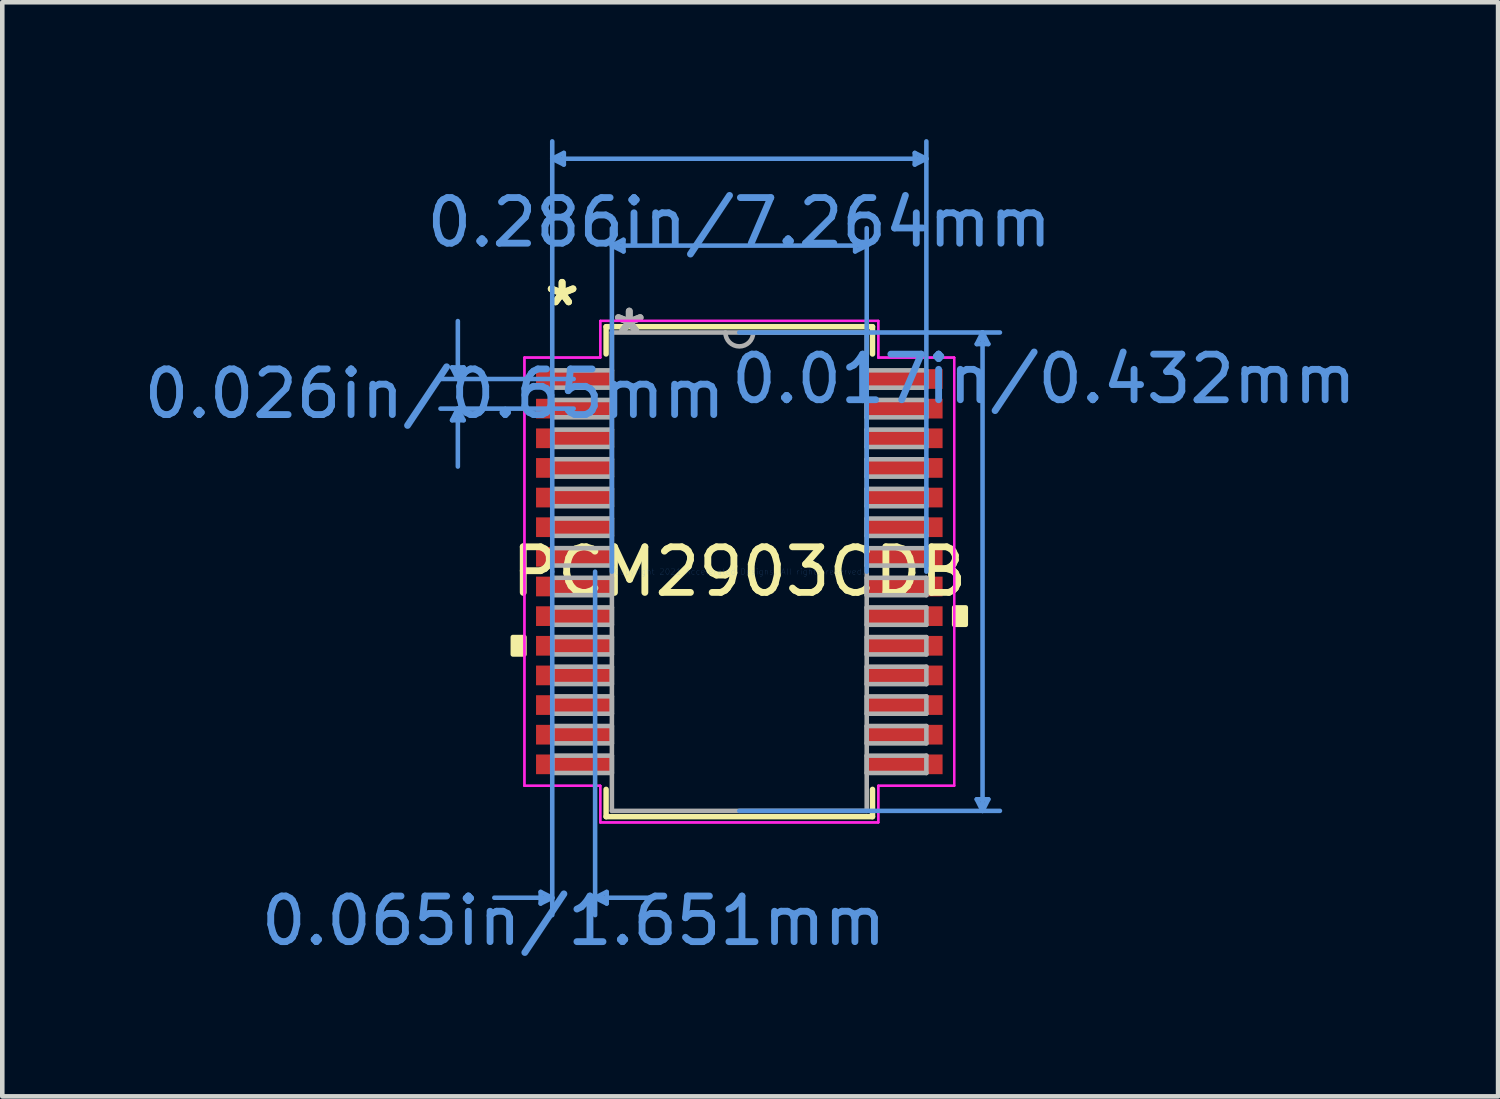
<source format=kicad_pcb>
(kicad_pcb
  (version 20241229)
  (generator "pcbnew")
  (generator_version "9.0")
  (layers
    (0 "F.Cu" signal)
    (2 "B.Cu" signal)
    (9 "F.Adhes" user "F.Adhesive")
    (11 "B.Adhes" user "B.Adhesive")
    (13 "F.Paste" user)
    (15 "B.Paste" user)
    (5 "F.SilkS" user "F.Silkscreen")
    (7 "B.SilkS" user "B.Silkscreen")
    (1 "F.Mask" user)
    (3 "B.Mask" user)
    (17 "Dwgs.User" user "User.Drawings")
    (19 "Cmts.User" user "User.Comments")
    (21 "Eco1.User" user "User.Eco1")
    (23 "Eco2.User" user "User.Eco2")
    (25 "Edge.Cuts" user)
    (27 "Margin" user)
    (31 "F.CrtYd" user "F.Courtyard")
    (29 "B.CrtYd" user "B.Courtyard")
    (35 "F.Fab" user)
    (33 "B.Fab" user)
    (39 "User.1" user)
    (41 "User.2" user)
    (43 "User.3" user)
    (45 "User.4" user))
  (footprint "PCM2903CDB"
    (layer "F.Cu")
    (at 13.162 9.486)
    (property "Reference" "PCM2903CDB" (at 0 0 0) (layer "F.SilkS") (effects (font (size 1 1) (thickness 0.15))))
    (attr through_hole)
    (fp_line (start -2.921 -5.372) (end -2.921 -4.774) (stroke (width 0.12) (type solid)) (layer "F.SilkS"))
    (fp_line (start -2.921 4.774) (end -2.921 5.372) (stroke (width 0.12) (type solid)) (layer "F.SilkS"))
    (fp_line (start -2.921 5.372) (end 2.921 5.372) (stroke (width 0.12) (type solid)) (layer "F.SilkS"))
    (fp_line (start 2.921 -5.372) (end -2.921 -5.372) (stroke (width 0.12) (type solid)) (layer "F.SilkS"))
    (fp_line (start 2.921 -4.774) (end 2.921 -5.372) (stroke (width 0.12) (type solid)) (layer "F.SilkS"))
    (fp_line (start 2.921 5.372) (end 2.921 4.774) (stroke (width 0.12) (type solid)) (layer "F.SilkS"))
    (fp_poly (pts (xy -4.966 1.434) (xy -4.966 1.815) (xy -4.712 1.815) (xy -4.712 1.434)) (stroke (width 0.1) (type solid)) (fill yes) (layer "F.SilkS"))
    (fp_poly (pts (xy 4.966 0.784) (xy 4.966 1.165) (xy 4.712 1.165) (xy 4.712 0.784)) (stroke (width 0.1) (type solid)) (fill yes) (layer "F.SilkS"))
    (fp_line (start -6.299 -4.479) (end -6.045 -4.479) (stroke (width 0.1) (type solid)) (layer "Cmts.User"))
    (fp_line (start -6.299 -3.321) (end -6.045 -3.321) (stroke (width 0.1) (type solid)) (layer "Cmts.User"))
    (fp_line (start -6.172 -4.225) (end -6.299 -4.479) (stroke (width 0.1) (type solid)) (layer "Cmts.User"))
    (fp_line (start -6.172 -4.225) (end -6.172 -5.495) (stroke (width 0.1) (type solid)) (layer "Cmts.User"))
    (fp_line (start -6.172 -4.225) (end -6.045 -4.479) (stroke (width 0.1) (type solid)) (layer "Cmts.User"))
    (fp_line (start -6.172 -3.575) (end -6.299 -3.321) (stroke (width 0.1) (type solid)) (layer "Cmts.User"))
    (fp_line (start -6.172 -3.575) (end -6.172 -2.305) (stroke (width 0.1) (type solid)) (layer "Cmts.User"))
    (fp_line (start -6.172 -3.575) (end -6.045 -3.321) (stroke (width 0.1) (type solid)) (layer "Cmts.User"))
    (fp_line (start -4.356 7.023) (end -4.356 7.277) (stroke (width 0.1) (type solid)) (layer "Cmts.User"))
    (fp_line (start -4.102 -9.055) (end -3.848 -9.182) (stroke (width 0.1) (type solid)) (layer "Cmts.User"))
    (fp_line (start -4.102 -9.055) (end -3.848 -8.928) (stroke (width 0.1) (type solid)) (layer "Cmts.User"))
    (fp_line (start -4.102 -9.055) (end 4.102 -9.055) (stroke (width 0.1) (type solid)) (layer "Cmts.User"))
    (fp_line (start -4.102 0) (end -4.102 -9.436) (stroke (width 0.1) (type solid)) (layer "Cmts.User"))
    (fp_line (start -4.102 0) (end -4.102 7.531) (stroke (width 0.1) (type solid)) (layer "Cmts.User"))
    (fp_line (start -4.102 7.15) (end -5.372 7.15) (stroke (width 0.1) (type solid)) (layer "Cmts.User"))
    (fp_line (start -4.102 7.15) (end -4.356 7.023) (stroke (width 0.1) (type solid)) (layer "Cmts.User"))
    (fp_line (start -4.102 7.15) (end -4.356 7.277) (stroke (width 0.1) (type solid)) (layer "Cmts.User"))
    (fp_line (start -3.848 -9.182) (end -3.848 -8.928) (stroke (width 0.1) (type solid)) (layer "Cmts.User"))
    (fp_line (start -3.632 -4.225) (end -6.553 -4.225) (stroke (width 0.1) (type solid)) (layer "Cmts.User"))
    (fp_line (start -3.632 -3.575) (end -6.553 -3.575) (stroke (width 0.1) (type solid)) (layer "Cmts.User"))
    (fp_line (start -3.162 0) (end -3.162 7.531) (stroke (width 0.1) (type solid)) (layer "Cmts.User"))
    (fp_line (start -3.162 7.15) (end -2.908 7.023) (stroke (width 0.1) (type solid)) (layer "Cmts.User"))
    (fp_line (start -3.162 7.15) (end -2.908 7.277) (stroke (width 0.1) (type solid)) (layer "Cmts.User"))
    (fp_line (start -3.162 7.15) (end -1.892 7.15) (stroke (width 0.1) (type solid)) (layer "Cmts.User"))
    (fp_line (start -2.908 7.023) (end -2.908 7.277) (stroke (width 0.1) (type solid)) (layer "Cmts.User"))
    (fp_line (start -2.794 -7.15) (end -2.54 -7.277) (stroke (width 0.1) (type solid)) (layer "Cmts.User"))
    (fp_line (start -2.794 -7.15) (end -2.54 -7.023) (stroke (width 0.1) (type solid)) (layer "Cmts.User"))
    (fp_line (start -2.794 -7.15) (end 2.794 -7.15) (stroke (width 0.1) (type solid)) (layer "Cmts.User"))
    (fp_line (start -2.794 0) (end -2.794 -7.531) (stroke (width 0.1) (type solid)) (layer "Cmts.User"))
    (fp_line (start -2.54 -7.277) (end -2.54 -7.023) (stroke (width 0.1) (type solid)) (layer "Cmts.User"))
    (fp_line (start 0 -5.245) (end 5.715 -5.245) (stroke (width 0.1) (type solid)) (layer "Cmts.User"))
    (fp_line (start 0 5.245) (end 5.715 5.245) (stroke (width 0.1) (type solid)) (layer "Cmts.User"))
    (fp_line (start 2.54 -7.277) (end 2.54 -7.023) (stroke (width 0.1) (type solid)) (layer "Cmts.User"))
    (fp_line (start 2.794 -7.15) (end 2.54 -7.277) (stroke (width 0.1) (type solid)) (layer "Cmts.User"))
    (fp_line (start 2.794 -7.15) (end 2.54 -7.023) (stroke (width 0.1) (type solid)) (layer "Cmts.User"))
    (fp_line (start 2.794 0) (end 2.794 -7.531) (stroke (width 0.1) (type solid)) (layer "Cmts.User"))
    (fp_line (start 3.848 -9.182) (end 3.848 -8.928) (stroke (width 0.1) (type solid)) (layer "Cmts.User"))
    (fp_line (start 4.102 -9.055) (end 3.848 -9.182) (stroke (width 0.1) (type solid)) (layer "Cmts.User"))
    (fp_line (start 4.102 -9.055) (end 3.848 -8.928) (stroke (width 0.1) (type solid)) (layer "Cmts.User"))
    (fp_line (start 4.102 0) (end 4.102 -9.436) (stroke (width 0.1) (type solid)) (layer "Cmts.User"))
    (fp_line (start 5.207 -4.991) (end 5.461 -4.991) (stroke (width 0.1) (type solid)) (layer "Cmts.User"))
    (fp_line (start 5.207 4.991) (end 5.461 4.991) (stroke (width 0.1) (type solid)) (layer "Cmts.User"))
    (fp_line (start 5.334 -5.245) (end 5.207 -4.991) (stroke (width 0.1) (type solid)) (layer "Cmts.User"))
    (fp_line (start 5.334 -5.245) (end 5.334 5.245) (stroke (width 0.1) (type solid)) (layer "Cmts.User"))
    (fp_line (start 5.334 -5.245) (end 5.461 -4.991) (stroke (width 0.1) (type solid)) (layer "Cmts.User"))
    (fp_line (start 5.334 5.245) (end 5.207 4.991) (stroke (width 0.1) (type solid)) (layer "Cmts.User"))
    (fp_line (start 5.334 5.245) (end 5.461 4.991) (stroke (width 0.1) (type solid)) (layer "Cmts.User"))
    (fp_line (start -4.712 -4.695) (end -3.048 -4.695) (stroke (width 0.05) (type solid)) (layer "F.CrtYd"))
    (fp_line (start -4.712 -4.695) (end -3.048 -4.695) (stroke (width 0.05) (type solid)) (layer "F.CrtYd"))
    (fp_line (start -4.712 4.695) (end -4.712 -4.695) (stroke (width 0.05) (type solid)) (layer "F.CrtYd"))
    (fp_line (start -4.712 4.695) (end -4.712 -4.695) (stroke (width 0.05) (type solid)) (layer "F.CrtYd"))
    (fp_line (start -4.712 4.695) (end -3.048 4.695) (stroke (width 0.05) (type solid)) (layer "F.CrtYd"))
    (fp_line (start -3.048 -5.499) (end 3.048 -5.499) (stroke (width 0.05) (type solid)) (layer "F.CrtYd"))
    (fp_line (start -3.048 -5.499) (end 3.048 -5.499) (stroke (width 0.05) (type solid)) (layer "F.CrtYd"))
    (fp_line (start -3.048 -4.695) (end -3.048 -5.499) (stroke (width 0.05) (type solid)) (layer "F.CrtYd"))
    (fp_line (start -3.048 -4.695) (end -3.048 -5.499) (stroke (width 0.05) (type solid)) (layer "F.CrtYd"))
    (fp_line (start -3.048 4.695) (end -4.712 4.695) (stroke (width 0.05) (type solid)) (layer "F.CrtYd"))
    (fp_line (start -3.048 5.499) (end -3.048 4.695) (stroke (width 0.05) (type solid)) (layer "F.CrtYd"))
    (fp_line (start -3.048 5.499) (end -3.048 4.695) (stroke (width 0.05) (type solid)) (layer "F.CrtYd"))
    (fp_line (start 3.048 -5.499) (end 3.048 -4.695) (stroke (width 0.05) (type solid)) (layer "F.CrtYd"))
    (fp_line (start 3.048 -5.499) (end 3.048 -4.695) (stroke (width 0.05) (type solid)) (layer "F.CrtYd"))
    (fp_line (start 3.048 -4.695) (end 4.712 -4.695) (stroke (width 0.05) (type solid)) (layer "F.CrtYd"))
    (fp_line (start 3.048 4.695) (end 3.048 5.499) (stroke (width 0.05) (type solid)) (layer "F.CrtYd"))
    (fp_line (start 3.048 4.695) (end 3.048 5.499) (stroke (width 0.05) (type solid)) (layer "F.CrtYd"))
    (fp_line (start 3.048 5.499) (end -3.048 5.499) (stroke (width 0.05) (type solid)) (layer "F.CrtYd"))
    (fp_line (start 3.048 5.499) (end -3.048 5.499) (stroke (width 0.05) (type solid)) (layer "F.CrtYd"))
    (fp_line (start 4.712 -4.695) (end 3.048 -4.695) (stroke (width 0.05) (type solid)) (layer "F.CrtYd"))
    (fp_line (start 4.712 -4.695) (end 4.712 4.695) (stroke (width 0.05) (type solid)) (layer "F.CrtYd"))
    (fp_line (start 4.712 -4.695) (end 4.712 4.695) (stroke (width 0.05) (type solid)) (layer "F.CrtYd"))
    (fp_line (start 4.712 4.695) (end 3.048 4.695) (stroke (width 0.05) (type solid)) (layer "F.CrtYd"))
    (fp_line (start 4.712 4.695) (end 3.048 4.695) (stroke (width 0.05) (type solid)) (layer "F.CrtYd"))
    (fp_line (start -4.102 -4.415) (end -4.102 -4.035) (stroke (width 0.1) (type solid)) (layer "F.Fab"))
    (fp_line (start -4.102 -4.035) (end -2.794 -4.035) (stroke (width 0.1) (type solid)) (layer "F.Fab"))
    (fp_line (start -4.102 -3.765) (end -4.102 -3.385) (stroke (width 0.1) (type solid)) (layer "F.Fab"))
    (fp_line (start -4.102 -3.385) (end -2.794 -3.385) (stroke (width 0.1) (type solid)) (layer "F.Fab"))
    (fp_line (start -4.102 -3.115) (end -4.102 -2.735) (stroke (width 0.1) (type solid)) (layer "F.Fab"))
    (fp_line (start -4.102 -2.735) (end -2.794 -2.735) (stroke (width 0.1) (type solid)) (layer "F.Fab"))
    (fp_line (start -4.102 -2.466) (end -4.102 -2.084) (stroke (width 0.1) (type solid)) (layer "F.Fab"))
    (fp_line (start -4.102 -2.084) (end -2.794 -2.084) (stroke (width 0.1) (type solid)) (layer "F.Fab"))
    (fp_line (start -4.102 -1.816) (end -4.102 -1.435) (stroke (width 0.1) (type solid)) (layer "F.Fab"))
    (fp_line (start -4.102 -1.435) (end -2.794 -1.435) (stroke (width 0.1) (type solid)) (layer "F.Fab"))
    (fp_line (start -4.102 -1.166) (end -4.102 -0.785) (stroke (width 0.1) (type solid)) (layer "F.Fab"))
    (fp_line (start -4.102 -0.785) (end -2.794 -0.785) (stroke (width 0.1) (type solid)) (layer "F.Fab"))
    (fp_line (start -4.102 -0.516) (end -4.102 -0.135) (stroke (width 0.1) (type solid)) (layer "F.Fab"))
    (fp_line (start -4.102 -0.135) (end -2.794 -0.135) (stroke (width 0.1) (type solid)) (layer "F.Fab"))
    (fp_line (start -4.102 0.134) (end -4.102 0.515) (stroke (width 0.1) (type solid)) (layer "F.Fab"))
    (fp_line (start -4.102 0.515) (end -2.794 0.515) (stroke (width 0.1) (type solid)) (layer "F.Fab"))
    (fp_line (start -4.102 0.784) (end -4.102 1.165) (stroke (width 0.1) (type solid)) (layer "F.Fab"))
    (fp_line (start -4.102 1.165) (end -2.794 1.165) (stroke (width 0.1) (type solid)) (layer "F.Fab"))
    (fp_line (start -4.102 1.434) (end -4.102 1.815) (stroke (width 0.1) (type solid)) (layer "F.Fab"))
    (fp_line (start -4.102 1.815) (end -2.794 1.815) (stroke (width 0.1) (type solid)) (layer "F.Fab"))
    (fp_line (start -4.102 2.084) (end -4.102 2.465) (stroke (width 0.1) (type solid)) (layer "F.Fab"))
    (fp_line (start -4.102 2.465) (end -2.794 2.465) (stroke (width 0.1) (type solid)) (layer "F.Fab"))
    (fp_line (start -4.102 2.734) (end -4.102 3.115) (stroke (width 0.1) (type solid)) (layer "F.Fab"))
    (fp_line (start -4.102 3.115) (end -2.794 3.115) (stroke (width 0.1) (type solid)) (layer "F.Fab"))
    (fp_line (start -4.102 3.384) (end -4.102 3.765) (stroke (width 0.1) (type solid)) (layer "F.Fab"))
    (fp_line (start -4.102 3.765) (end -2.794 3.765) (stroke (width 0.1) (type solid)) (layer "F.Fab"))
    (fp_line (start -4.102 4.034) (end -4.102 4.415) (stroke (width 0.1) (type solid)) (layer "F.Fab"))
    (fp_line (start -4.102 4.415) (end -2.794 4.415) (stroke (width 0.1) (type solid)) (layer "F.Fab"))
    (fp_line (start -2.794 -5.245) (end -2.794 5.245) (stroke (width 0.1) (type solid)) (layer "F.Fab"))
    (fp_line (start -2.794 -4.415) (end -4.102 -4.415) (stroke (width 0.1) (type solid)) (layer "F.Fab"))
    (fp_line (start -2.794 -4.035) (end -2.794 -4.415) (stroke (width 0.1) (type solid)) (layer "F.Fab"))
    (fp_line (start -2.794 -3.765) (end -4.102 -3.765) (stroke (width 0.1) (type solid)) (layer "F.Fab"))
    (fp_line (start -2.794 -3.385) (end -2.794 -3.765) (stroke (width 0.1) (type solid)) (layer "F.Fab"))
    (fp_line (start -2.794 -3.115) (end -4.102 -3.115) (stroke (width 0.1) (type solid)) (layer "F.Fab"))
    (fp_line (start -2.794 -2.735) (end -2.794 -3.115) (stroke (width 0.1) (type solid)) (layer "F.Fab"))
    (fp_line (start -2.794 -2.466) (end -4.102 -2.466) (stroke (width 0.1) (type solid)) (layer "F.Fab"))
    (fp_line (start -2.794 -2.084) (end -2.794 -2.466) (stroke (width 0.1) (type solid)) (layer "F.Fab"))
    (fp_line (start -2.794 -1.816) (end -4.102 -1.816) (stroke (width 0.1) (type solid)) (layer "F.Fab"))
    (fp_line (start -2.794 -1.435) (end -2.794 -1.816) (stroke (width 0.1) (type solid)) (layer "F.Fab"))
    (fp_line (start -2.794 -1.166) (end -4.102 -1.166) (stroke (width 0.1) (type solid)) (layer "F.Fab"))
    (fp_line (start -2.794 -0.785) (end -2.794 -1.166) (stroke (width 0.1) (type solid)) (layer "F.Fab"))
    (fp_line (start -2.794 -0.516) (end -4.102 -0.516) (stroke (width 0.1) (type solid)) (layer "F.Fab"))
    (fp_line (start -2.794 -0.135) (end -2.794 -0.516) (stroke (width 0.1) (type solid)) (layer "F.Fab"))
    (fp_line (start -2.794 0.134) (end -4.102 0.134) (stroke (width 0.1) (type solid)) (layer "F.Fab"))
    (fp_line (start -2.794 0.515) (end -2.794 0.134) (stroke (width 0.1) (type solid)) (layer "F.Fab"))
    (fp_line (start -2.794 0.784) (end -4.102 0.784) (stroke (width 0.1) (type solid)) (layer "F.Fab"))
    (fp_line (start -2.794 1.165) (end -2.794 0.784) (stroke (width 0.1) (type solid)) (layer "F.Fab"))
    (fp_line (start -2.794 1.434) (end -4.102 1.434) (stroke (width 0.1) (type solid)) (layer "F.Fab"))
    (fp_line (start -2.794 1.815) (end -2.794 1.434) (stroke (width 0.1) (type solid)) (layer "F.Fab"))
    (fp_line (start -2.794 2.084) (end -4.102 2.084) (stroke (width 0.1) (type solid)) (layer "F.Fab"))
    (fp_line (start -2.794 2.465) (end -2.794 2.084) (stroke (width 0.1) (type solid)) (layer "F.Fab"))
    (fp_line (start -2.794 2.734) (end -4.102 2.734) (stroke (width 0.1) (type solid)) (layer "F.Fab"))
    (fp_line (start -2.794 3.115) (end -2.794 2.734) (stroke (width 0.1) (type solid)) (layer "F.Fab"))
    (fp_line (start -2.794 3.384) (end -4.102 3.384) (stroke (width 0.1) (type solid)) (layer "F.Fab"))
    (fp_line (start -2.794 3.765) (end -2.794 3.384) (stroke (width 0.1) (type solid)) (layer "F.Fab"))
    (fp_line (start -2.794 4.034) (end -4.102 4.034) (stroke (width 0.1) (type solid)) (layer "F.Fab"))
    (fp_line (start -2.794 4.415) (end -2.794 4.034) (stroke (width 0.1) (type solid)) (layer "F.Fab"))
    (fp_line (start -2.794 5.245) (end 2.794 5.245) (stroke (width 0.1) (type solid)) (layer "F.Fab"))
    (fp_line (start 2.794 -5.245) (end -2.794 -5.245) (stroke (width 0.1) (type solid)) (layer "F.Fab"))
    (fp_line (start 2.794 -4.415) (end 2.794 -4.034) (stroke (width 0.1) (type solid)) (layer "F.Fab"))
    (fp_line (start 2.794 -4.034) (end 4.102 -4.034) (stroke (width 0.1) (type solid)) (layer "F.Fab"))
    (fp_line (start 2.794 -3.765) (end 2.794 -3.384) (stroke (width 0.1) (type solid)) (layer "F.Fab"))
    (fp_line (start 2.794 -3.384) (end 4.102 -3.384) (stroke (width 0.1) (type solid)) (layer "F.Fab"))
    (fp_line (start 2.794 -3.115) (end 2.794 -2.734) (stroke (width 0.1) (type solid)) (layer "F.Fab"))
    (fp_line (start 2.794 -2.734) (end 4.102 -2.734) (stroke (width 0.1) (type solid)) (layer "F.Fab"))
    (fp_line (start 2.794 -2.465) (end 2.794 -2.084) (stroke (width 0.1) (type solid)) (layer "F.Fab"))
    (fp_line (start 2.794 -2.084) (end 4.102 -2.084) (stroke (width 0.1) (type solid)) (layer "F.Fab"))
    (fp_line (start 2.794 -1.815) (end 2.794 -1.434) (stroke (width 0.1) (type solid)) (layer "F.Fab"))
    (fp_line (start 2.794 -1.434) (end 4.102 -1.434) (stroke (width 0.1) (type solid)) (layer "F.Fab"))
    (fp_line (start 2.794 -1.165) (end 2.794 -0.784) (stroke (width 0.1) (type solid)) (layer "F.Fab"))
    (fp_line (start 2.794 -0.784) (end 4.102 -0.784) (stroke (width 0.1) (type solid)) (layer "F.Fab"))
    (fp_line (start 2.794 -0.515) (end 2.794 -0.134) (stroke (width 0.1) (type solid)) (layer "F.Fab"))
    (fp_line (start 2.794 -0.134) (end 4.102 -0.134) (stroke (width 0.1) (type solid)) (layer "F.Fab"))
    (fp_line (start 2.794 0.135) (end 2.794 0.516) (stroke (width 0.1) (type solid)) (layer "F.Fab"))
    (fp_line (start 2.794 0.516) (end 4.102 0.516) (stroke (width 0.1) (type solid)) (layer "F.Fab"))
    (fp_line (start 2.794 0.784) (end 2.794 1.165) (stroke (width 0.1) (type solid)) (layer "F.Fab"))
    (fp_line (start 2.794 1.165) (end 4.102 1.165) (stroke (width 0.1) (type solid)) (layer "F.Fab"))
    (fp_line (start 2.794 1.435) (end 2.794 1.815) (stroke (width 0.1) (type solid)) (layer "F.Fab"))
    (fp_line (start 2.794 1.815) (end 4.102 1.815) (stroke (width 0.1) (type solid)) (layer "F.Fab"))
    (fp_line (start 2.794 2.084) (end 2.794 2.466) (stroke (width 0.1) (type solid)) (layer "F.Fab"))
    (fp_line (start 2.794 2.466) (end 4.102 2.466) (stroke (width 0.1) (type solid)) (layer "F.Fab"))
    (fp_line (start 2.794 2.735) (end 2.794 3.115) (stroke (width 0.1) (type solid)) (layer "F.Fab"))
    (fp_line (start 2.794 3.115) (end 4.102 3.115) (stroke (width 0.1) (type solid)) (layer "F.Fab"))
    (fp_line (start 2.794 3.385) (end 2.794 3.765) (stroke (width 0.1) (type solid)) (layer "F.Fab"))
    (fp_line (start 2.794 3.765) (end 4.102 3.765) (stroke (width 0.1) (type solid)) (layer "F.Fab"))
    (fp_line (start 2.794 4.035) (end 2.794 4.415) (stroke (width 0.1) (type solid)) (layer "F.Fab"))
    (fp_line (start 2.794 4.415) (end 4.102 4.415) (stroke (width 0.1) (type solid)) (layer "F.Fab"))
    (fp_line (start 2.794 5.245) (end 2.794 -5.245) (stroke (width 0.1) (type solid)) (layer "F.Fab"))
    (fp_line (start 4.102 -4.415) (end 2.794 -4.415) (stroke (width 0.1) (type solid)) (layer "F.Fab"))
    (fp_line (start 4.102 -4.034) (end 4.102 -4.415) (stroke (width 0.1) (type solid)) (layer "F.Fab"))
    (fp_line (start 4.102 -3.765) (end 2.794 -3.765) (stroke (width 0.1) (type solid)) (layer "F.Fab"))
    (fp_line (start 4.102 -3.384) (end 4.102 -3.765) (stroke (width 0.1) (type solid)) (layer "F.Fab"))
    (fp_line (start 4.102 -3.115) (end 2.794 -3.115) (stroke (width 0.1) (type solid)) (layer "F.Fab"))
    (fp_line (start 4.102 -2.734) (end 4.102 -3.115) (stroke (width 0.1) (type solid)) (layer "F.Fab"))
    (fp_line (start 4.102 -2.465) (end 2.794 -2.465) (stroke (width 0.1) (type solid)) (layer "F.Fab"))
    (fp_line (start 4.102 -2.084) (end 4.102 -2.465) (stroke (width 0.1) (type solid)) (layer "F.Fab"))
    (fp_line (start 4.102 -1.815) (end 2.794 -1.815) (stroke (width 0.1) (type solid)) (layer "F.Fab"))
    (fp_line (start 4.102 -1.434) (end 4.102 -1.815) (stroke (width 0.1) (type solid)) (layer "F.Fab"))
    (fp_line (start 4.102 -1.165) (end 2.794 -1.165) (stroke (width 0.1) (type solid)) (layer "F.Fab"))
    (fp_line (start 4.102 -0.784) (end 4.102 -1.165) (stroke (width 0.1) (type solid)) (layer "F.Fab"))
    (fp_line (start 4.102 -0.515) (end 2.794 -0.515) (stroke (width 0.1) (type solid)) (layer "F.Fab"))
    (fp_line (start 4.102 -0.134) (end 4.102 -0.515) (stroke (width 0.1) (type solid)) (layer "F.Fab"))
    (fp_line (start 4.102 0.135) (end 2.794 0.135) (stroke (width 0.1) (type solid)) (layer "F.Fab"))
    (fp_line (start 4.102 0.516) (end 4.102 0.135) (stroke (width 0.1) (type solid)) (layer "F.Fab"))
    (fp_line (start 4.102 0.784) (end 2.794 0.784) (stroke (width 0.1) (type solid)) (layer "F.Fab"))
    (fp_line (start 4.102 1.165) (end 4.102 0.784) (stroke (width 0.1) (type solid)) (layer "F.Fab"))
    (fp_line (start 4.102 1.435) (end 2.794 1.435) (stroke (width 0.1) (type solid)) (layer "F.Fab"))
    (fp_line (start 4.102 1.815) (end 4.102 1.435) (stroke (width 0.1) (type solid)) (layer "F.Fab"))
    (fp_line (start 4.102 2.084) (end 2.794 2.084) (stroke (width 0.1) (type solid)) (layer "F.Fab"))
    (fp_line (start 4.102 2.466) (end 4.102 2.084) (stroke (width 0.1) (type solid)) (layer "F.Fab"))
    (fp_line (start 4.102 2.735) (end 2.794 2.735) (stroke (width 0.1) (type solid)) (layer "F.Fab"))
    (fp_line (start 4.102 3.115) (end 4.102 2.735) (stroke (width 0.1) (type solid)) (layer "F.Fab"))
    (fp_line (start 4.102 3.385) (end 2.794 3.385) (stroke (width 0.1) (type solid)) (layer "F.Fab"))
    (fp_line (start 4.102 3.765) (end 4.102 3.385) (stroke (width 0.1) (type solid)) (layer "F.Fab"))
    (fp_line (start 4.102 4.035) (end 2.794 4.035) (stroke (width 0.1) (type solid)) (layer "F.Fab"))
    (fp_line (start 4.102 4.415) (end 4.102 4.035) (stroke (width 0.1) (type solid)) (layer "F.Fab"))
    (fp_arc (start 0.3048 -5.2451) (mid 0 -4.9403) (end -0.3048 -5.2451) (stroke (width 0.1) (type solid)) (layer "F.Fab"))
    (fp_text user "*" (at -3.886 -5.8 0) (layer "F.SilkS") (effects (font (size 1 1) (thickness 0.15))))
    (fp_text user "*" (at -3.886 -5.8 0) (layer "F.SilkS") (effects (font (size 1 1) (thickness 0.15))))
    (fp_text user "0.065in/1.651mm" (at -3.632 7.658 0) (layer "Cmts.User") (effects (font (size 1 1) (thickness 0.15))))
    (fp_text user "0.017in/0.432mm" (at 6.68 -4.225 0) (layer "Cmts.User") (effects (font (size 1 1) (thickness 0.15))))
    (fp_text user "0.286in/7.264mm" (at 0 -7.658 0) (layer "Cmts.User") (effects (font (size 1 1) (thickness 0.15))))
    (fp_text user "0.026in/0.65mm" (at -6.68 -3.9 0) (layer "Cmts.User") (effects (font (size 1 1) (thickness 0.15))))
    (fp_text user "Copyright 2021 Accelerated Designs. All rights reserved." (at 0 0 0) (layer "Cmts.User") (effects (font (size 0.127 0.127) (thickness 0.002))))
    (fp_text user "*" (at -2.413 -5.169 0) (layer "F.Fab") (effects (font (size 1 1) (thickness 0.15))))
    (fp_text user "*" (at -2.413 -5.169 0) (layer "F.Fab") (effects (font (size 1 1) (thickness 0.15))))
    (pad "1" smd rect (at -3.632 -4.225) (size 1.651 0.432) (layers "F.Cu" "F.Mask" "F.Paste"))
    (pad "2" smd rect (at -3.632 -3.575) (size 1.651 0.432) (layers "F.Cu" "F.Mask" "F.Paste"))
    (pad "3" smd rect (at -3.632 -2.925) (size 1.651 0.432) (layers "F.Cu" "F.Mask" "F.Paste"))
    (pad "4" smd rect (at -3.632 -2.275) (size 1.651 0.432) (layers "F.Cu" "F.Mask" "F.Paste"))
    (pad "5" smd rect (at -3.632 -1.625) (size 1.651 0.432) (layers "F.Cu" "F.Mask" "F.Paste"))
    (pad "6" smd rect (at -3.632 -0.975) (size 1.651 0.432) (layers "F.Cu" "F.Mask" "F.Paste"))
    (pad "7" smd rect (at -3.632 -0.325) (size 1.651 0.432) (layers "F.Cu" "F.Mask" "F.Paste"))
    (pad "8" smd rect (at -3.632 0.325) (size 1.651 0.432) (layers "F.Cu" "F.Mask" "F.Paste"))
    (pad "9" smd rect (at -3.632 0.975) (size 1.651 0.432) (layers "F.Cu" "F.Mask" "F.Paste"))
    (pad "10" smd rect (at -3.632 1.625) (size 1.651 0.432) (layers "F.Cu" "F.Mask" "F.Paste"))
    (pad "11" smd rect (at -3.632 2.275) (size 1.651 0.432) (layers "F.Cu" "F.Mask" "F.Paste"))
    (pad "12" smd rect (at -3.632 2.925) (size 1.651 0.432) (layers "F.Cu" "F.Mask" "F.Paste"))
    (pad "13" smd rect (at -3.632 3.575) (size 1.651 0.432) (layers "F.Cu" "F.Mask" "F.Paste"))
    (pad "14" smd rect (at -3.632 4.225) (size 1.651 0.432) (layers "F.Cu" "F.Mask" "F.Paste"))
    (pad "15" smd rect (at 3.632 4.225) (size 1.651 0.432) (layers "F.Cu" "F.Mask" "F.Paste"))
    (pad "16" smd rect (at 3.632 3.575) (size 1.651 0.432) (layers "F.Cu" "F.Mask" "F.Paste"))
    (pad "17" smd rect (at 3.632 2.925) (size 1.651 0.432) (layers "F.Cu" "F.Mask" "F.Paste"))
    (pad "18" smd rect (at 3.632 2.275) (size 1.651 0.432) (layers "F.Cu" "F.Mask" "F.Paste"))
    (pad "19" smd rect (at 3.632 1.625) (size 1.651 0.432) (layers "F.Cu" "F.Mask" "F.Paste"))
    (pad "20" smd rect (at 3.632 0.975) (size 1.651 0.432) (layers "F.Cu" "F.Mask" "F.Paste"))
    (pad "21" smd rect (at 3.632 0.325) (size 1.651 0.432) (layers "F.Cu" "F.Mask" "F.Paste"))
    (pad "22" smd rect (at 3.632 -0.325) (size 1.651 0.432) (layers "F.Cu" "F.Mask" "F.Paste"))
    (pad "23" smd rect (at 3.632 -0.975) (size 1.651 0.432) (layers "F.Cu" "F.Mask" "F.Paste"))
    (pad "24" smd rect (at 3.632 -1.625) (size 1.651 0.432) (layers "F.Cu" "F.Mask" "F.Paste"))
    (pad "25" smd rect (at 3.632 -2.275) (size 1.651 0.432) (layers "F.Cu" "F.Mask" "F.Paste"))
    (pad "26" smd rect (at 3.632 -2.925) (size 1.651 0.432) (layers "F.Cu" "F.Mask" "F.Paste"))
    (pad "27" smd rect (at 3.632 -3.575) (size 1.651 0.432) (layers "F.Cu" "F.Mask" "F.Paste"))
    (pad "28" smd rect (at 3.632 -4.225) (size 1.651 0.432) (layers "F.Cu" "F.Mask" "F.Paste")))
  (gr_rect
    (start -3 -3)
    (end 29.801 20.992)
    (stroke (width 0.1) (type default))
    (fill no)
    (layer "Edge.Cuts")))
</source>
